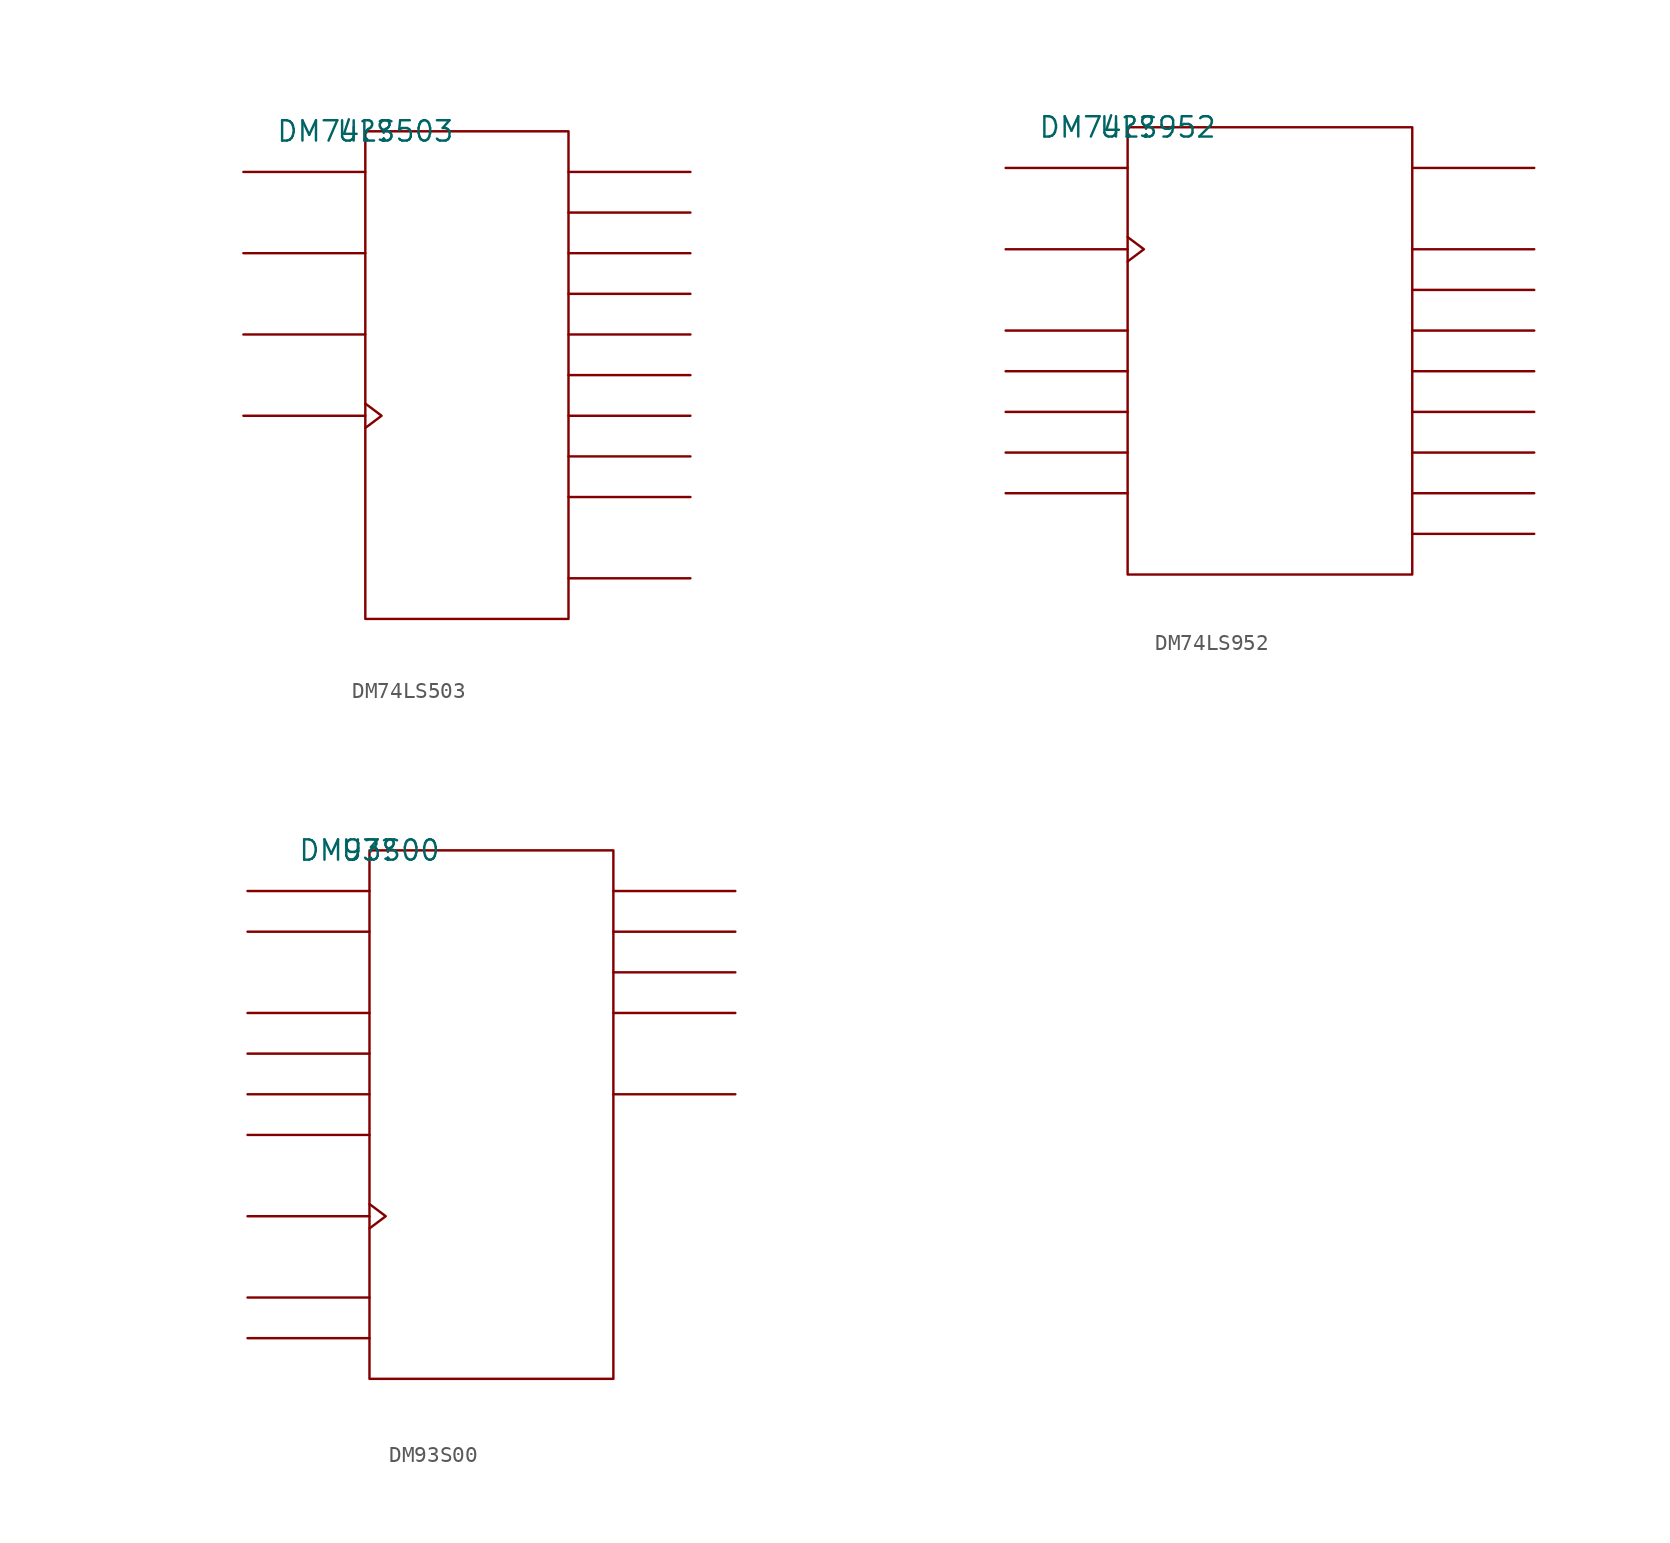
<source format=kicad_sym>
(kicad_symbol_lib
  (version 20211014)
  (generator kicad_symbol_editor)
  (symbol "DM74LS503"
    (pin_names
      (offset 0.762))
    (property "Reference" "U?"
      (at 0 0 0)
      (effects (font (size 1.27 1.27))))
    (property "Value" "DM74LS503"
      (at 0 0 0)
      (effects (font (size 1.27 1.27))))
    (symbol "DM74LS503_0_1"
      (rectangle (start 0 -30.48) (end 12.7 0) (stroke (width 0) (type default) (color 0 0 0 0)) (fill (type none)))
      (polyline (pts (xy 0 -17.78) (xy -7.62 -17.78)) (stroke (width 0) (type default) (color 0 0 0 0)) (fill (type none)))
      (polyline (pts (xy 0 -12.7) (xy -7.62 -12.7)) (stroke (width 0) (type default) (color 0 0 0 0)) (fill (type none)))
      (polyline (pts (xy 0 -7.62) (xy -7.62 -7.62)) (stroke (width 0) (type default) (color 0 0 0 0)) (fill (type none)))
      (polyline (pts (xy 0 -2.54) (xy -7.62 -2.54)) (stroke (width 0) (type default) (color 0 0 0 0)) (fill (type none)))
      (polyline (pts (xy 12.7 -27.94) (xy 20.32 -27.94)) (stroke (width 0) (type default) (color 0 0 0 0)) (fill (type none)))
      (polyline (pts (xy 12.7 -22.86) (xy 20.32 -22.86)) (stroke (width 0) (type default) (color 0 0 0 0)) (fill (type none)))
      (polyline (pts (xy 12.7 -20.32) (xy 20.32 -20.32)) (stroke (width 0) (type default) (color 0 0 0 0)) (fill (type none)))
      (polyline (pts (xy 12.7 -17.78) (xy 20.32 -17.78)) (stroke (width 0) (type default) (color 0 0 0 0)) (fill (type none)))
      (polyline (pts (xy 12.7 -15.24) (xy 20.32 -15.24)) (stroke (width 0) (type default) (color 0 0 0 0)) (fill (type none)))
      (polyline (pts (xy 12.7 -12.7) (xy 20.32 -12.7)) (stroke (width 0) (type default) (color 0 0 0 0)) (fill (type none)))
      (polyline (pts (xy 12.7 -10.16) (xy 20.32 -10.16)) (stroke (width 0) (type default) (color 0 0 0 0)) (fill (type none)))
      (polyline (pts (xy 12.7 -7.62) (xy 20.32 -7.62)) (stroke (width 0) (type default) (color 0 0 0 0)) (fill (type none)))
      (polyline (pts (xy 12.7 -5.08) (xy 20.32 -5.08)) (stroke (width 0) (type default) (color 0 0 0 0)) (fill (type none)))
      (polyline (pts (xy 12.7 -2.54) (xy 20.32 -2.54)) (stroke (width 0) (type default) (color 0 0 0 0)) (fill (type none)))
      (polyline (pts (xy 0 -17.018) (xy 1.016 -17.78) (xy 0 -18.542)) (stroke (width 0) (type default) (color 0 0 0 0)) (fill (type none))))
    (symbol "DM74LS503_1_1"
      (pin unspecified line (at -7.62 -2.54 0) (length 7.62) hide (name "E\\" (effects (font (size 1.245 1.245)))) (number "1" (effects (font (size 1.245 1.245)))))
      (pin unspecified line (at -7.62 -12.7 0) (length 7.62) hide (name "S\\" (effects (font (size 1.245 1.245)))) (number "10" (effects (font (size 1.245 1.245)))))
      (pin unspecified line (at 20.32 -12.7 180) (length 7.62) hide (name "Q4" (effects (font (size 1.245 1.245)))) (number "11" (effects (font (size 1.245 1.245)))))
      (pin unspecified line (at 20.32 -15.24 180) (length 7.62) hide (name "Q5" (effects (font (size 1.245 1.245)))) (number "12" (effects (font (size 1.245 1.245)))))
      (pin unspecified line (at 20.32 -17.78 180) (length 7.62) hide (name "Q6" (effects (font (size 1.245 1.245)))) (number "13" (effects (font (size 1.245 1.245)))))
      (pin unspecified line (at 20.32 -20.32 180) (length 7.62) hide (name "Q7" (effects (font (size 1.245 1.245)))) (number "14" (effects (font (size 1.245 1.245)))))
      (pin unspecified line (at 20.32 -22.86 180) (length 7.62) hide (name "Q\\7" (effects (font (size 1.245 1.245)))) (number "15" (effects (font (size 1.245 1.245)))))
      (pin power_in line (at 5.08 0 0) (length 7.62) hide (name "VCC" (effects (font (size 1.245 1.245)))) (number "16" (effects (font (size 1.245 1.245)))))
      (pin unspecified line (at 20.32 -27.94 180) (length 7.62) hide (name "C\\C\\" (effects (font (size 1.245 1.245)))) (number "2" (effects (font (size 1.245 1.245)))))
      (pin unspecified line (at 20.32 -2.54 180) (length 7.62) hide (name "Q0" (effects (font (size 1.245 1.245)))) (number "3" (effects (font (size 1.245 1.245)))))
      (pin unspecified line (at 20.32 -5.08 180) (length 7.62) hide (name "Q1" (effects (font (size 1.245 1.245)))) (number "4" (effects (font (size 1.245 1.245)))))
      (pin unspecified line (at 20.32 -7.62 180) (length 7.62) hide (name "Q2" (effects (font (size 1.245 1.245)))) (number "5" (effects (font (size 1.245 1.245)))))
      (pin unspecified line (at 20.32 -10.16 180) (length 7.62) hide (name "Q3" (effects (font (size 1.245 1.245)))) (number "6" (effects (font (size 1.245 1.245)))))
      (pin unspecified line (at -7.62 -7.62 0) (length 7.62) hide (name "D" (effects (font (size 1.245 1.245)))) (number "7" (effects (font (size 1.245 1.245)))))
      (pin power_in line (at 5.08 -30.48 0) (length 7.62) hide (name "GND" (effects (font (size 1.245 1.245)))) (number "8" (effects (font (size 1.245 1.245)))))
      (pin unspecified line (at -7.62 -17.78 180) (length 7.62) hide (name "CP" (effects (font (size 1.245 1.245)))) (number "9" (effects (font (size 1.245 1.245)))))))
  (symbol "DM74LS952"
    (pin_names
      (offset 0.762))
    (property "Reference" "U?"
      (at 0 0 0)
      (effects (font (size 1.27 1.27))))
    (property "Value" "DM74LS952"
      (at 0 0 0)
      (effects (font (size 1.27 1.27))))
    (symbol "DM74LS952_0_1"
      (rectangle (start 0 -27.94) (end 17.78 0) (stroke (width 0) (type default) (color 0 0 0 0)) (fill (type none)))
      (polyline (pts (xy 0 -22.86) (xy -7.62 -22.86)) (stroke (width 0) (type default) (color 0 0 0 0)) (fill (type none)))
      (polyline (pts (xy 0 -20.32) (xy -7.62 -20.32)) (stroke (width 0) (type default) (color 0 0 0 0)) (fill (type none)))
      (polyline (pts (xy 0 -17.78) (xy -7.62 -17.78)) (stroke (width 0) (type default) (color 0 0 0 0)) (fill (type none)))
      (polyline (pts (xy 0 -15.24) (xy -7.62 -15.24)) (stroke (width 0) (type default) (color 0 0 0 0)) (fill (type none)))
      (polyline (pts (xy 0 -12.7) (xy -7.62 -12.7)) (stroke (width 0) (type default) (color 0 0 0 0)) (fill (type none)))
      (polyline (pts (xy 0 -7.62) (xy -7.62 -7.62)) (stroke (width 0) (type default) (color 0 0 0 0)) (fill (type none)))
      (polyline (pts (xy 0 -2.54) (xy -7.62 -2.54)) (stroke (width 0) (type default) (color 0 0 0 0)) (fill (type none)))
      (polyline (pts (xy 17.78 -25.4) (xy 25.4 -25.4)) (stroke (width 0) (type default) (color 0 0 0 0)) (fill (type none)))
      (polyline (pts (xy 17.78 -22.86) (xy 25.4 -22.86)) (stroke (width 0) (type default) (color 0 0 0 0)) (fill (type none)))
      (polyline (pts (xy 17.78 -20.32) (xy 25.4 -20.32)) (stroke (width 0) (type default) (color 0 0 0 0)) (fill (type none)))
      (polyline (pts (xy 17.78 -17.78) (xy 25.4 -17.78)) (stroke (width 0) (type default) (color 0 0 0 0)) (fill (type none)))
      (polyline (pts (xy 17.78 -15.24) (xy 25.4 -15.24)) (stroke (width 0) (type default) (color 0 0 0 0)) (fill (type none)))
      (polyline (pts (xy 17.78 -12.7) (xy 25.4 -12.7)) (stroke (width 0) (type default) (color 0 0 0 0)) (fill (type none)))
      (polyline (pts (xy 17.78 -10.16) (xy 25.4 -10.16)) (stroke (width 0) (type default) (color 0 0 0 0)) (fill (type none)))
      (polyline (pts (xy 17.78 -7.62) (xy 25.4 -7.62)) (stroke (width 0) (type default) (color 0 0 0 0)) (fill (type none)))
      (polyline (pts (xy 17.78 -2.54) (xy 25.4 -2.54)) (stroke (width 0) (type default) (color 0 0 0 0)) (fill (type none)))
      (polyline (pts (xy 0 -6.858) (xy 1.016 -7.62) (xy 0 -8.382)) (stroke (width 0) (type default) (color 0 0 0 0)) (fill (type none))))
    (symbol "DM74LS952_1_1"
      (pin unspecified line (at -7.62 -12.7 0) (length 7.62) hide (name "DIS0" (effects (font (size 1.245 1.245)))) (number "1" (effects (font (size 1.245 1.245)))))
      (pin unspecified line (at 25.4 -25.4 180) (length 7.62) hide (name "I/O8" (effects (font (size 1.245 1.245)))) (number "10" (effects (font (size 1.245 1.245)))))
      (pin unspecified line (at 25.4 -22.86 180) (length 7.62) hide (name "I/O7" (effects (font (size 1.245 1.245)))) (number "11" (effects (font (size 1.245 1.245)))))
      (pin unspecified line (at 25.4 -20.32 180) (length 7.62) hide (name "I/O6" (effects (font (size 1.245 1.245)))) (number "12" (effects (font (size 1.245 1.245)))))
      (pin unspecified line (at 25.4 -17.78 180) (length 7.62) hide (name "I/O5" (effects (font (size 1.245 1.245)))) (number "13" (effects (font (size 1.245 1.245)))))
      (pin unspecified line (at 25.4 -15.24 180) (length 7.62) hide (name "I/O4" (effects (font (size 1.245 1.245)))) (number "14" (effects (font (size 1.245 1.245)))))
      (pin unspecified line (at 25.4 -12.7 180) (length 7.62) hide (name "I/O3" (effects (font (size 1.245 1.245)))) (number "15" (effects (font (size 1.245 1.245)))))
      (pin unspecified line (at 25.4 -10.16 180) (length 7.62) hide (name "I/O2" (effects (font (size 1.245 1.245)))) (number "16" (effects (font (size 1.245 1.245)))))
      (pin unspecified line (at 25.4 -7.62 180) (length 7.62) hide (name "I/O1" (effects (font (size 1.245 1.245)))) (number "17" (effects (font (size 1.245 1.245)))))
      (pin power_in line (at 7.62 0 0) (length 7.62) hide (name "VCC" (effects (font (size 1.245 1.245)))) (number "18" (effects (font (size 1.245 1.245)))))
      (pin unspecified line (at -7.62 -2.54 0) (length 7.62) hide (name "SID" (effects (font (size 1.245 1.245)))) (number "2" (effects (font (size 1.245 1.245)))))
      (pin unspecified line (at -7.62 -15.24 0) (length 7.62) hide (name "DISI" (effects (font (size 1.245 1.245)))) (number "3" (effects (font (size 1.245 1.245)))))
      (pin unspecified line (at -7.62 -20.32 0) (length 7.62) hide (name "DISTU" (effects (font (size 1.245 1.245)))) (number "4" (effects (font (size 1.245 1.245)))))
      (pin unspecified line (at -7.62 -17.78 0) (length 7.62) hide (name "DISTD" (effects (font (size 1.245 1.245)))) (number "5" (effects (font (size 1.245 1.245)))))
      (pin unspecified line (at -7.62 -22.86 0) (length 7.62) hide (name "DISS" (effects (font (size 1.245 1.245)))) (number "6" (effects (font (size 1.245 1.245)))))
      (pin unspecified line (at 25.4 -2.54 180) (length 7.62) hide (name "SOD" (effects (font (size 1.245 1.245)))) (number "7" (effects (font (size 1.245 1.245)))))
      (pin unspecified line (at -7.62 -7.62 180) (length 7.62) hide (name "CLK" (effects (font (size 1.245 1.245)))) (number "8" (effects (font (size 1.245 1.245)))))
      (pin power_in line (at 10.16 -27.94 180) (length 7.62) hide (name "GND" (effects (font (size 1.245 1.245)))) (number "9" (effects (font (size 1.245 1.245)))))))
  (symbol "DM93S00"
    (pin_names
      (offset 0.762))
    (property "Reference" "U?"
      (at 0 0 0)
      (effects (font (size 1.27 1.27))))
    (property "Value" "DM93S00"
      (at 0 0 0)
      (effects (font (size 1.27 1.27))))
    (symbol "DM93S00_0_1"
      (rectangle (start 0 -33.02) (end 15.24 0) (stroke (width 0) (type default) (color 0 0 0 0)) (fill (type none)))
      (polyline (pts (xy 0 -30.48) (xy -7.62 -30.48)) (stroke (width 0) (type default) (color 0 0 0 0)) (fill (type none)))
      (polyline (pts (xy 0 -27.94) (xy -7.62 -27.94)) (stroke (width 0) (type default) (color 0 0 0 0)) (fill (type none)))
      (polyline (pts (xy 0 -22.86) (xy -7.62 -22.86)) (stroke (width 0) (type default) (color 0 0 0 0)) (fill (type none)))
      (polyline (pts (xy 0 -17.78) (xy -7.62 -17.78)) (stroke (width 0) (type default) (color 0 0 0 0)) (fill (type none)))
      (polyline (pts (xy 0 -15.24) (xy -7.62 -15.24)) (stroke (width 0) (type default) (color 0 0 0 0)) (fill (type none)))
      (polyline (pts (xy 0 -12.7) (xy -7.62 -12.7)) (stroke (width 0) (type default) (color 0 0 0 0)) (fill (type none)))
      (polyline (pts (xy 0 -10.16) (xy -7.62 -10.16)) (stroke (width 0) (type default) (color 0 0 0 0)) (fill (type none)))
      (polyline (pts (xy 0 -5.08) (xy -7.62 -5.08)) (stroke (width 0) (type default) (color 0 0 0 0)) (fill (type none)))
      (polyline (pts (xy 0 -2.54) (xy -7.62 -2.54)) (stroke (width 0) (type default) (color 0 0 0 0)) (fill (type none)))
      (polyline (pts (xy 15.24 -15.24) (xy 22.86 -15.24)) (stroke (width 0) (type default) (color 0 0 0 0)) (fill (type none)))
      (polyline (pts (xy 15.24 -10.16) (xy 22.86 -10.16)) (stroke (width 0) (type default) (color 0 0 0 0)) (fill (type none)))
      (polyline (pts (xy 15.24 -7.62) (xy 22.86 -7.62)) (stroke (width 0) (type default) (color 0 0 0 0)) (fill (type none)))
      (polyline (pts (xy 15.24 -5.08) (xy 22.86 -5.08)) (stroke (width 0) (type default) (color 0 0 0 0)) (fill (type none)))
      (polyline (pts (xy 15.24 -2.54) (xy 22.86 -2.54)) (stroke (width 0) (type default) (color 0 0 0 0)) (fill (type none)))
      (polyline (pts (xy 0 -22.098) (xy 1.016 -22.86) (xy 0 -23.622)) (stroke (width 0) (type default) (color 0 0 0 0)) (fill (type none))))
    (symbol "DM93S00_1_1"
      (pin unspecified line (at -7.62 -27.94 0) (length 7.62) hide (name "M\\R\\" (effects (font (size 1.245 1.245)))) (number "1" (effects (font (size 1.245 1.245)))))
      (pin unspecified line (at -7.62 -22.86 180) (length 7.62) hide (name "CLK" (effects (font (size 1.245 1.245)))) (number "10" (effects (font (size 1.245 1.245)))))
      (pin unspecified line (at 22.86 -15.24 180) (length 7.62) hide (name "Q\\3\\" (effects (font (size 1.245 1.245)))) (number "11" (effects (font (size 1.245 1.245)))))
      (pin unspecified line (at 22.86 -10.16 180) (length 7.62) hide (name "Q3" (effects (font (size 1.245 1.245)))) (number "12" (effects (font (size 1.245 1.245)))))
      (pin unspecified line (at 22.86 -7.62 180) (length 7.62) hide (name "Q2" (effects (font (size 1.245 1.245)))) (number "13" (effects (font (size 1.245 1.245)))))
      (pin unspecified line (at 22.86 -5.08 180) (length 7.62) hide (name "Q1" (effects (font (size 1.245 1.245)))) (number "14" (effects (font (size 1.245 1.245)))))
      (pin unspecified line (at 22.86 -2.54 180) (length 7.62) hide (name "Q0" (effects (font (size 1.245 1.245)))) (number "15" (effects (font (size 1.245 1.245)))))
      (pin power_in line (at 7.62 0 180) (length 7.62) hide (name "VCC" (effects (font (size 1.245 1.245)))) (number "16" (effects (font (size 1.245 1.245)))))
      (pin unspecified line (at -7.62 -2.54 0) (length 7.62) hide (name "J" (effects (font (size 1.245 1.245)))) (number "2" (effects (font (size 1.245 1.245)))))
      (pin unspecified line (at -7.62 -5.08 0) (length 7.62) hide (name "K\\" (effects (font (size 1.245 1.245)))) (number "3" (effects (font (size 1.245 1.245)))))
      (pin unspecified line (at -7.62 -10.16 0) (length 7.62) hide (name "P0" (effects (font (size 1.245 1.245)))) (number "4" (effects (font (size 1.245 1.245)))))
      (pin unspecified line (at -7.62 -12.7 0) (length 7.62) hide (name "P1" (effects (font (size 1.245 1.245)))) (number "5" (effects (font (size 1.245 1.245)))))
      (pin unspecified line (at -7.62 -15.24 0) (length 7.62) hide (name "P2" (effects (font (size 1.245 1.245)))) (number "6" (effects (font (size 1.245 1.245)))))
      (pin unspecified line (at -7.62 -17.78 0) (length 7.62) hide (name "P3" (effects (font (size 1.245 1.245)))) (number "7" (effects (font (size 1.245 1.245)))))
      (pin power_in line (at 7.62 -33.02 0) (length 7.62) hide (name "GND" (effects (font (size 1.245 1.245)))) (number "8" (effects (font (size 1.245 1.245)))))
      (pin unspecified line (at -7.62 -30.48 0) (length 7.62) hide (name "P\\E\\" (effects (font (size 1.245 1.245)))) (number "9" (effects (font (size 1.245 1.245))))))))
</source>
